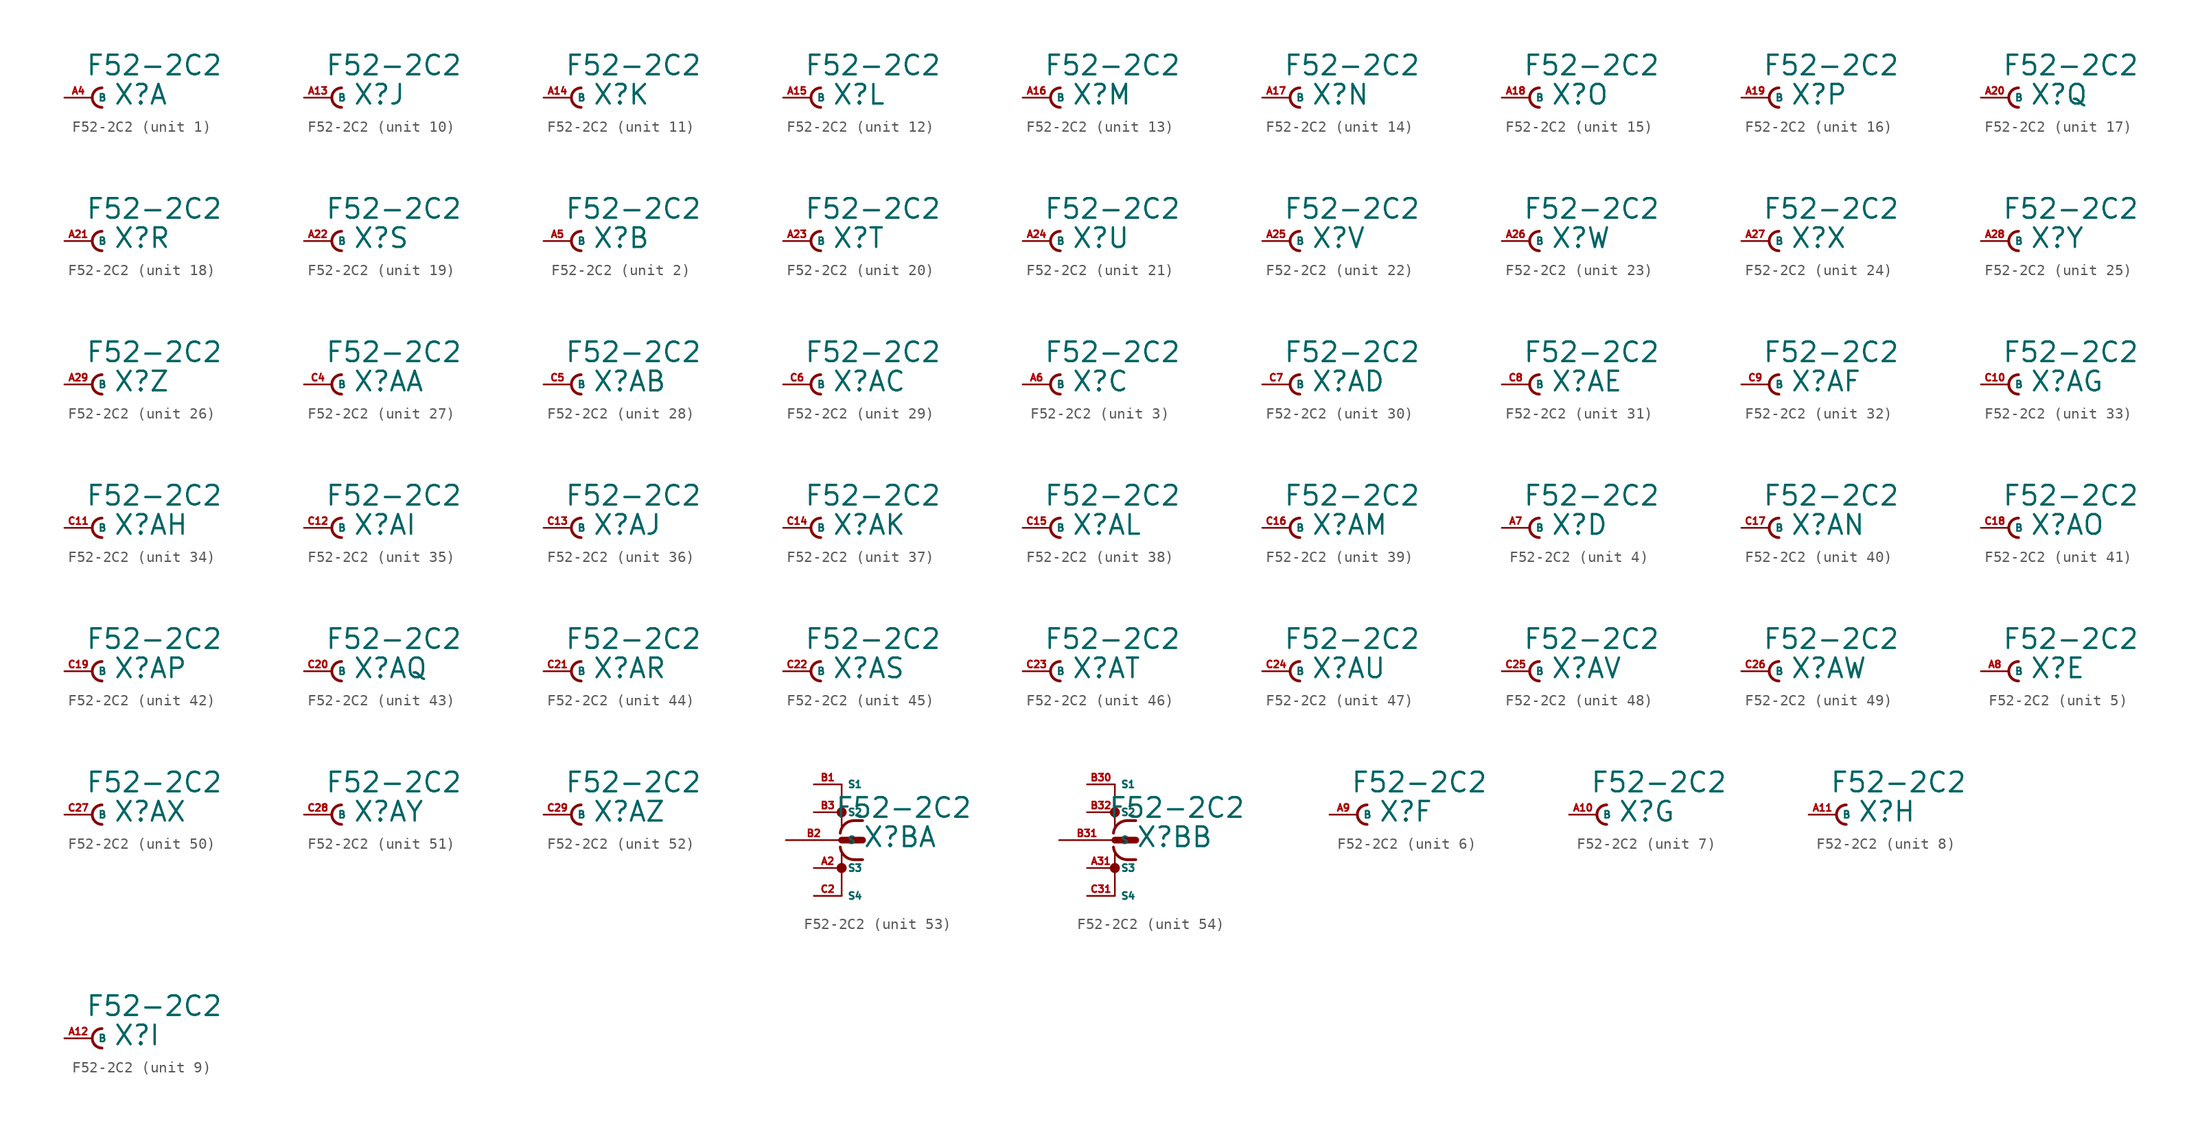
<source format=kicad_sym>
(kicad_symbol_lib
  (version 20220914)
  (generator Eagle2Kicad)
  (symbol "F52-2C2"
    (property "Reference" "X"
      (at 1.905 -0.762 0)
      (effects (font (size 1.778 1.778) (thickness 0.22)) (justify left bottom)))
    (property "Value" "F52-2C2"
      (at -0.635 1.905 0)
      (effects (font (size 1.778 1.778) (thickness 0.22)) (justify left bottom)))
    (symbol "F52-2C2_1_0"
      (arc (start 0.889 0.889) (mid 0.000 0.000) (end 0.889 -0.889) (stroke (width 0.254) (type default)) (fill (type none)))
      (pin passive line (at -2.54 0 0) (length 2.54) (name "B" (effects (font (size 0.635 0.635) (thickness 0.08)) (justify left bottom))) (number "A4" (effects (font (size 0.635 0.635) (thickness 0.08)) (justify left bottom)))))
    (symbol "F52-2C2_2_0"
      (arc (start 0.889 0.889) (mid 0.000 0.000) (end 0.889 -0.889) (stroke (width 0.254) (type default)) (fill (type none)))
      (pin passive line (at -2.54 0 0) (length 2.54) (name "B" (effects (font (size 0.635 0.635) (thickness 0.08)) (justify left bottom))) (number "A5" (effects (font (size 0.635 0.635) (thickness 0.08)) (justify left bottom)))))
    (symbol "F52-2C2_3_0"
      (arc (start 0.889 0.889) (mid 0.000 0.000) (end 0.889 -0.889) (stroke (width 0.254) (type default)) (fill (type none)))
      (pin passive line (at -2.54 0 0) (length 2.54) (name "B" (effects (font (size 0.635 0.635) (thickness 0.08)) (justify left bottom))) (number "A6" (effects (font (size 0.635 0.635) (thickness 0.08)) (justify left bottom)))))
    (symbol "F52-2C2_4_0"
      (arc (start 0.889 0.889) (mid 0.000 0.000) (end 0.889 -0.889) (stroke (width 0.254) (type default)) (fill (type none)))
      (pin passive line (at -2.54 0 0) (length 2.54) (name "B" (effects (font (size 0.635 0.635) (thickness 0.08)) (justify left bottom))) (number "A7" (effects (font (size 0.635 0.635) (thickness 0.08)) (justify left bottom)))))
    (symbol "F52-2C2_5_0"
      (arc (start 0.889 0.889) (mid 0.000 0.000) (end 0.889 -0.889) (stroke (width 0.254) (type default)) (fill (type none)))
      (pin passive line (at -2.54 0 0) (length 2.54) (name "B" (effects (font (size 0.635 0.635) (thickness 0.08)) (justify left bottom))) (number "A8" (effects (font (size 0.635 0.635) (thickness 0.08)) (justify left bottom)))))
    (symbol "F52-2C2_6_0"
      (arc (start 0.889 0.889) (mid 0.000 0.000) (end 0.889 -0.889) (stroke (width 0.254) (type default)) (fill (type none)))
      (pin passive line (at -2.54 0 0) (length 2.54) (name "B" (effects (font (size 0.635 0.635) (thickness 0.08)) (justify left bottom))) (number "A9" (effects (font (size 0.635 0.635) (thickness 0.08)) (justify left bottom)))))
    (symbol "F52-2C2_7_0"
      (arc (start 0.889 0.889) (mid 0.000 0.000) (end 0.889 -0.889) (stroke (width 0.254) (type default)) (fill (type none)))
      (pin passive line (at -2.54 0 0) (length 2.54) (name "B" (effects (font (size 0.635 0.635) (thickness 0.08)) (justify left bottom))) (number "A10" (effects (font (size 0.635 0.635) (thickness 0.08)) (justify left bottom)))))
    (symbol "F52-2C2_8_0"
      (arc (start 0.889 0.889) (mid 0.000 0.000) (end 0.889 -0.889) (stroke (width 0.254) (type default)) (fill (type none)))
      (pin passive line (at -2.54 0 0) (length 2.54) (name "B" (effects (font (size 0.635 0.635) (thickness 0.08)) (justify left bottom))) (number "A11" (effects (font (size 0.635 0.635) (thickness 0.08)) (justify left bottom)))))
    (symbol "F52-2C2_9_0"
      (arc (start 0.889 0.889) (mid 0.000 0.000) (end 0.889 -0.889) (stroke (width 0.254) (type default)) (fill (type none)))
      (pin passive line (at -2.54 0 0) (length 2.54) (name "B" (effects (font (size 0.635 0.635) (thickness 0.08)) (justify left bottom))) (number "A12" (effects (font (size 0.635 0.635) (thickness 0.08)) (justify left bottom)))))
    (symbol "F52-2C2_10_0"
      (arc (start 0.889 0.889) (mid 0.000 0.000) (end 0.889 -0.889) (stroke (width 0.254) (type default)) (fill (type none)))
      (pin passive line (at -2.54 0 0) (length 2.54) (name "B" (effects (font (size 0.635 0.635) (thickness 0.08)) (justify left bottom))) (number "A13" (effects (font (size 0.635 0.635) (thickness 0.08)) (justify left bottom)))))
    (symbol "F52-2C2_11_0"
      (arc (start 0.889 0.889) (mid 0.000 0.000) (end 0.889 -0.889) (stroke (width 0.254) (type default)) (fill (type none)))
      (pin passive line (at -2.54 0 0) (length 2.54) (name "B" (effects (font (size 0.635 0.635) (thickness 0.08)) (justify left bottom))) (number "A14" (effects (font (size 0.635 0.635) (thickness 0.08)) (justify left bottom)))))
    (symbol "F52-2C2_12_0"
      (arc (start 0.889 0.889) (mid 0.000 0.000) (end 0.889 -0.889) (stroke (width 0.254) (type default)) (fill (type none)))
      (pin passive line (at -2.54 0 0) (length 2.54) (name "B" (effects (font (size 0.635 0.635) (thickness 0.08)) (justify left bottom))) (number "A15" (effects (font (size 0.635 0.635) (thickness 0.08)) (justify left bottom)))))
    (symbol "F52-2C2_13_0"
      (arc (start 0.889 0.889) (mid 0.000 0.000) (end 0.889 -0.889) (stroke (width 0.254) (type default)) (fill (type none)))
      (pin passive line (at -2.54 0 0) (length 2.54) (name "B" (effects (font (size 0.635 0.635) (thickness 0.08)) (justify left bottom))) (number "A16" (effects (font (size 0.635 0.635) (thickness 0.08)) (justify left bottom)))))
    (symbol "F52-2C2_14_0"
      (arc (start 0.889 0.889) (mid 0.000 0.000) (end 0.889 -0.889) (stroke (width 0.254) (type default)) (fill (type none)))
      (pin passive line (at -2.54 0 0) (length 2.54) (name "B" (effects (font (size 0.635 0.635) (thickness 0.08)) (justify left bottom))) (number "A17" (effects (font (size 0.635 0.635) (thickness 0.08)) (justify left bottom)))))
    (symbol "F52-2C2_15_0"
      (arc (start 0.889 0.889) (mid 0.000 0.000) (end 0.889 -0.889) (stroke (width 0.254) (type default)) (fill (type none)))
      (pin passive line (at -2.54 0 0) (length 2.54) (name "B" (effects (font (size 0.635 0.635) (thickness 0.08)) (justify left bottom))) (number "A18" (effects (font (size 0.635 0.635) (thickness 0.08)) (justify left bottom)))))
    (symbol "F52-2C2_16_0"
      (arc (start 0.889 0.889) (mid 0.000 0.000) (end 0.889 -0.889) (stroke (width 0.254) (type default)) (fill (type none)))
      (pin passive line (at -2.54 0 0) (length 2.54) (name "B" (effects (font (size 0.635 0.635) (thickness 0.08)) (justify left bottom))) (number "A19" (effects (font (size 0.635 0.635) (thickness 0.08)) (justify left bottom)))))
    (symbol "F52-2C2_17_0"
      (arc (start 0.889 0.889) (mid 0.000 0.000) (end 0.889 -0.889) (stroke (width 0.254) (type default)) (fill (type none)))
      (pin passive line (at -2.54 0 0) (length 2.54) (name "B" (effects (font (size 0.635 0.635) (thickness 0.08)) (justify left bottom))) (number "A20" (effects (font (size 0.635 0.635) (thickness 0.08)) (justify left bottom)))))
    (symbol "F52-2C2_18_0"
      (arc (start 0.889 0.889) (mid 0.000 0.000) (end 0.889 -0.889) (stroke (width 0.254) (type default)) (fill (type none)))
      (pin passive line (at -2.54 0 0) (length 2.54) (name "B" (effects (font (size 0.635 0.635) (thickness 0.08)) (justify left bottom))) (number "A21" (effects (font (size 0.635 0.635) (thickness 0.08)) (justify left bottom)))))
    (symbol "F52-2C2_19_0"
      (arc (start 0.889 0.889) (mid 0.000 0.000) (end 0.889 -0.889) (stroke (width 0.254) (type default)) (fill (type none)))
      (pin passive line (at -2.54 0 0) (length 2.54) (name "B" (effects (font (size 0.635 0.635) (thickness 0.08)) (justify left bottom))) (number "A22" (effects (font (size 0.635 0.635) (thickness 0.08)) (justify left bottom)))))
    (symbol "F52-2C2_20_0"
      (arc (start 0.889 0.889) (mid 0.000 0.000) (end 0.889 -0.889) (stroke (width 0.254) (type default)) (fill (type none)))
      (pin passive line (at -2.54 0 0) (length 2.54) (name "B" (effects (font (size 0.635 0.635) (thickness 0.08)) (justify left bottom))) (number "A23" (effects (font (size 0.635 0.635) (thickness 0.08)) (justify left bottom)))))
    (symbol "F52-2C2_21_0"
      (arc (start 0.889 0.889) (mid 0.000 0.000) (end 0.889 -0.889) (stroke (width 0.254) (type default)) (fill (type none)))
      (pin passive line (at -2.54 0 0) (length 2.54) (name "B" (effects (font (size 0.635 0.635) (thickness 0.08)) (justify left bottom))) (number "A24" (effects (font (size 0.635 0.635) (thickness 0.08)) (justify left bottom)))))
    (symbol "F52-2C2_22_0"
      (arc (start 0.889 0.889) (mid 0.000 0.000) (end 0.889 -0.889) (stroke (width 0.254) (type default)) (fill (type none)))
      (pin passive line (at -2.54 0 0) (length 2.54) (name "B" (effects (font (size 0.635 0.635) (thickness 0.08)) (justify left bottom))) (number "A25" (effects (font (size 0.635 0.635) (thickness 0.08)) (justify left bottom)))))
    (symbol "F52-2C2_23_0"
      (arc (start 0.889 0.889) (mid 0.000 0.000) (end 0.889 -0.889) (stroke (width 0.254) (type default)) (fill (type none)))
      (pin passive line (at -2.54 0 0) (length 2.54) (name "B" (effects (font (size 0.635 0.635) (thickness 0.08)) (justify left bottom))) (number "A26" (effects (font (size 0.635 0.635) (thickness 0.08)) (justify left bottom)))))
    (symbol "F52-2C2_24_0"
      (arc (start 0.889 0.889) (mid 0.000 0.000) (end 0.889 -0.889) (stroke (width 0.254) (type default)) (fill (type none)))
      (pin passive line (at -2.54 0 0) (length 2.54) (name "B" (effects (font (size 0.635 0.635) (thickness 0.08)) (justify left bottom))) (number "A27" (effects (font (size 0.635 0.635) (thickness 0.08)) (justify left bottom)))))
    (symbol "F52-2C2_25_0"
      (arc (start 0.889 0.889) (mid 0.000 0.000) (end 0.889 -0.889) (stroke (width 0.254) (type default)) (fill (type none)))
      (pin passive line (at -2.54 0 0) (length 2.54) (name "B" (effects (font (size 0.635 0.635) (thickness 0.08)) (justify left bottom))) (number "A28" (effects (font (size 0.635 0.635) (thickness 0.08)) (justify left bottom)))))
    (symbol "F52-2C2_26_0"
      (arc (start 0.889 0.889) (mid 0.000 0.000) (end 0.889 -0.889) (stroke (width 0.254) (type default)) (fill (type none)))
      (pin passive line (at -2.54 0 0) (length 2.54) (name "B" (effects (font (size 0.635 0.635) (thickness 0.08)) (justify left bottom))) (number "A29" (effects (font (size 0.635 0.635) (thickness 0.08)) (justify left bottom)))))
    (symbol "F52-2C2_27_0"
      (arc (start 0.889 0.889) (mid 0.000 0.000) (end 0.889 -0.889) (stroke (width 0.254) (type default)) (fill (type none)))
      (pin passive line (at -2.54 0 0) (length 2.54) (name "B" (effects (font (size 0.635 0.635) (thickness 0.08)) (justify left bottom))) (number "C4" (effects (font (size 0.635 0.635) (thickness 0.08)) (justify left bottom)))))
    (symbol "F52-2C2_28_0"
      (arc (start 0.889 0.889) (mid 0.000 0.000) (end 0.889 -0.889) (stroke (width 0.254) (type default)) (fill (type none)))
      (pin passive line (at -2.54 0 0) (length 2.54) (name "B" (effects (font (size 0.635 0.635) (thickness 0.08)) (justify left bottom))) (number "C5" (effects (font (size 0.635 0.635) (thickness 0.08)) (justify left bottom)))))
    (symbol "F52-2C2_29_0"
      (arc (start 0.889 0.889) (mid 0.000 0.000) (end 0.889 -0.889) (stroke (width 0.254) (type default)) (fill (type none)))
      (pin passive line (at -2.54 0 0) (length 2.54) (name "B" (effects (font (size 0.635 0.635) (thickness 0.08)) (justify left bottom))) (number "C6" (effects (font (size 0.635 0.635) (thickness 0.08)) (justify left bottom)))))
    (symbol "F52-2C2_30_0"
      (arc (start 0.889 0.889) (mid 0.000 0.000) (end 0.889 -0.889) (stroke (width 0.254) (type default)) (fill (type none)))
      (pin passive line (at -2.54 0 0) (length 2.54) (name "B" (effects (font (size 0.635 0.635) (thickness 0.08)) (justify left bottom))) (number "C7" (effects (font (size 0.635 0.635) (thickness 0.08)) (justify left bottom)))))
    (symbol "F52-2C2_31_0"
      (arc (start 0.889 0.889) (mid 0.000 0.000) (end 0.889 -0.889) (stroke (width 0.254) (type default)) (fill (type none)))
      (pin passive line (at -2.54 0 0) (length 2.54) (name "B" (effects (font (size 0.635 0.635) (thickness 0.08)) (justify left bottom))) (number "C8" (effects (font (size 0.635 0.635) (thickness 0.08)) (justify left bottom)))))
    (symbol "F52-2C2_32_0"
      (arc (start 0.889 0.889) (mid 0.000 0.000) (end 0.889 -0.889) (stroke (width 0.254) (type default)) (fill (type none)))
      (pin passive line (at -2.54 0 0) (length 2.54) (name "B" (effects (font (size 0.635 0.635) (thickness 0.08)) (justify left bottom))) (number "C9" (effects (font (size 0.635 0.635) (thickness 0.08)) (justify left bottom)))))
    (symbol "F52-2C2_33_0"
      (arc (start 0.889 0.889) (mid 0.000 0.000) (end 0.889 -0.889) (stroke (width 0.254) (type default)) (fill (type none)))
      (pin passive line (at -2.54 0 0) (length 2.54) (name "B" (effects (font (size 0.635 0.635) (thickness 0.08)) (justify left bottom))) (number "C10" (effects (font (size 0.635 0.635) (thickness 0.08)) (justify left bottom)))))
    (symbol "F52-2C2_34_0"
      (arc (start 0.889 0.889) (mid 0.000 0.000) (end 0.889 -0.889) (stroke (width 0.254) (type default)) (fill (type none)))
      (pin passive line (at -2.54 0 0) (length 2.54) (name "B" (effects (font (size 0.635 0.635) (thickness 0.08)) (justify left bottom))) (number "C11" (effects (font (size 0.635 0.635) (thickness 0.08)) (justify left bottom)))))
    (symbol "F52-2C2_35_0"
      (arc (start 0.889 0.889) (mid 0.000 0.000) (end 0.889 -0.889) (stroke (width 0.254) (type default)) (fill (type none)))
      (pin passive line (at -2.54 0 0) (length 2.54) (name "B" (effects (font (size 0.635 0.635) (thickness 0.08)) (justify left bottom))) (number "C12" (effects (font (size 0.635 0.635) (thickness 0.08)) (justify left bottom)))))
    (symbol "F52-2C2_36_0"
      (arc (start 0.889 0.889) (mid 0.000 0.000) (end 0.889 -0.889) (stroke (width 0.254) (type default)) (fill (type none)))
      (pin passive line (at -2.54 0 0) (length 2.54) (name "B" (effects (font (size 0.635 0.635) (thickness 0.08)) (justify left bottom))) (number "C13" (effects (font (size 0.635 0.635) (thickness 0.08)) (justify left bottom)))))
    (symbol "F52-2C2_37_0"
      (arc (start 0.889 0.889) (mid 0.000 0.000) (end 0.889 -0.889) (stroke (width 0.254) (type default)) (fill (type none)))
      (pin passive line (at -2.54 0 0) (length 2.54) (name "B" (effects (font (size 0.635 0.635) (thickness 0.08)) (justify left bottom))) (number "C14" (effects (font (size 0.635 0.635) (thickness 0.08)) (justify left bottom)))))
    (symbol "F52-2C2_38_0"
      (arc (start 0.889 0.889) (mid 0.000 0.000) (end 0.889 -0.889) (stroke (width 0.254) (type default)) (fill (type none)))
      (pin passive line (at -2.54 0 0) (length 2.54) (name "B" (effects (font (size 0.635 0.635) (thickness 0.08)) (justify left bottom))) (number "C15" (effects (font (size 0.635 0.635) (thickness 0.08)) (justify left bottom)))))
    (symbol "F52-2C2_39_0"
      (arc (start 0.889 0.889) (mid 0.000 0.000) (end 0.889 -0.889) (stroke (width 0.254) (type default)) (fill (type none)))
      (pin passive line (at -2.54 0 0) (length 2.54) (name "B" (effects (font (size 0.635 0.635) (thickness 0.08)) (justify left bottom))) (number "C16" (effects (font (size 0.635 0.635) (thickness 0.08)) (justify left bottom)))))
    (symbol "F52-2C2_40_0"
      (arc (start 0.889 0.889) (mid 0.000 0.000) (end 0.889 -0.889) (stroke (width 0.254) (type default)) (fill (type none)))
      (pin passive line (at -2.54 0 0) (length 2.54) (name "B" (effects (font (size 0.635 0.635) (thickness 0.08)) (justify left bottom))) (number "C17" (effects (font (size 0.635 0.635) (thickness 0.08)) (justify left bottom)))))
    (symbol "F52-2C2_41_0"
      (arc (start 0.889 0.889) (mid 0.000 0.000) (end 0.889 -0.889) (stroke (width 0.254) (type default)) (fill (type none)))
      (pin passive line (at -2.54 0 0) (length 2.54) (name "B" (effects (font (size 0.635 0.635) (thickness 0.08)) (justify left bottom))) (number "C18" (effects (font (size 0.635 0.635) (thickness 0.08)) (justify left bottom)))))
    (symbol "F52-2C2_42_0"
      (arc (start 0.889 0.889) (mid 0.000 0.000) (end 0.889 -0.889) (stroke (width 0.254) (type default)) (fill (type none)))
      (pin passive line (at -2.54 0 0) (length 2.54) (name "B" (effects (font (size 0.635 0.635) (thickness 0.08)) (justify left bottom))) (number "C19" (effects (font (size 0.635 0.635) (thickness 0.08)) (justify left bottom)))))
    (symbol "F52-2C2_43_0"
      (arc (start 0.889 0.889) (mid 0.000 0.000) (end 0.889 -0.889) (stroke (width 0.254) (type default)) (fill (type none)))
      (pin passive line (at -2.54 0 0) (length 2.54) (name "B" (effects (font (size 0.635 0.635) (thickness 0.08)) (justify left bottom))) (number "C20" (effects (font (size 0.635 0.635) (thickness 0.08)) (justify left bottom)))))
    (symbol "F52-2C2_44_0"
      (arc (start 0.889 0.889) (mid 0.000 0.000) (end 0.889 -0.889) (stroke (width 0.254) (type default)) (fill (type none)))
      (pin passive line (at -2.54 0 0) (length 2.54) (name "B" (effects (font (size 0.635 0.635) (thickness 0.08)) (justify left bottom))) (number "C21" (effects (font (size 0.635 0.635) (thickness 0.08)) (justify left bottom)))))
    (symbol "F52-2C2_45_0"
      (arc (start 0.889 0.889) (mid 0.000 0.000) (end 0.889 -0.889) (stroke (width 0.254) (type default)) (fill (type none)))
      (pin passive line (at -2.54 0 0) (length 2.54) (name "B" (effects (font (size 0.635 0.635) (thickness 0.08)) (justify left bottom))) (number "C22" (effects (font (size 0.635 0.635) (thickness 0.08)) (justify left bottom)))))
    (symbol "F52-2C2_46_0"
      (arc (start 0.889 0.889) (mid 0.000 0.000) (end 0.889 -0.889) (stroke (width 0.254) (type default)) (fill (type none)))
      (pin passive line (at -2.54 0 0) (length 2.54) (name "B" (effects (font (size 0.635 0.635) (thickness 0.08)) (justify left bottom))) (number "C23" (effects (font (size 0.635 0.635) (thickness 0.08)) (justify left bottom)))))
    (symbol "F52-2C2_47_0"
      (arc (start 0.889 0.889) (mid 0.000 0.000) (end 0.889 -0.889) (stroke (width 0.254) (type default)) (fill (type none)))
      (pin passive line (at -2.54 0 0) (length 2.54) (name "B" (effects (font (size 0.635 0.635) (thickness 0.08)) (justify left bottom))) (number "C24" (effects (font (size 0.635 0.635) (thickness 0.08)) (justify left bottom)))))
    (symbol "F52-2C2_48_0"
      (arc (start 0.889 0.889) (mid 0.000 0.000) (end 0.889 -0.889) (stroke (width 0.254) (type default)) (fill (type none)))
      (pin passive line (at -2.54 0 0) (length 2.54) (name "B" (effects (font (size 0.635 0.635) (thickness 0.08)) (justify left bottom))) (number "C25" (effects (font (size 0.635 0.635) (thickness 0.08)) (justify left bottom)))))
    (symbol "F52-2C2_49_0"
      (arc (start 0.889 0.889) (mid 0.000 0.000) (end 0.889 -0.889) (stroke (width 0.254) (type default)) (fill (type none)))
      (pin passive line (at -2.54 0 0) (length 2.54) (name "B" (effects (font (size 0.635 0.635) (thickness 0.08)) (justify left bottom))) (number "C26" (effects (font (size 0.635 0.635) (thickness 0.08)) (justify left bottom)))))
    (symbol "F52-2C2_50_0"
      (arc (start 0.889 0.889) (mid 0.000 0.000) (end 0.889 -0.889) (stroke (width 0.254) (type default)) (fill (type none)))
      (pin passive line (at -2.54 0 0) (length 2.54) (name "B" (effects (font (size 0.635 0.635) (thickness 0.08)) (justify left bottom))) (number "C27" (effects (font (size 0.635 0.635) (thickness 0.08)) (justify left bottom)))))
    (symbol "F52-2C2_51_0"
      (arc (start 0.889 0.889) (mid 0.000 0.000) (end 0.889 -0.889) (stroke (width 0.254) (type default)) (fill (type none)))
      (pin passive line (at -2.54 0 0) (length 2.54) (name "B" (effects (font (size 0.635 0.635) (thickness 0.08)) (justify left bottom))) (number "C28" (effects (font (size 0.635 0.635) (thickness 0.08)) (justify left bottom)))))
    (symbol "F52-2C2_52_0"
      (arc (start 0.889 0.889) (mid 0.000 0.000) (end 0.889 -0.889) (stroke (width 0.254) (type default)) (fill (type none)))
      (pin passive line (at -2.54 0 0) (length 2.54) (name "B" (effects (font (size 0.635 0.635) (thickness 0.08)) (justify left bottom))) (number "C29" (effects (font (size 0.635 0.635) (thickness 0.08)) (justify left bottom)))))
    (symbol "F52-2C2_53_0"
      (polyline (pts (xy 0 0) (xy 1.905 0)) (stroke (width 0.61) (type default)) (fill (type none)))
      (polyline (pts (xy 0 5.08) (xy 0 1.27)) (stroke (width 0.152) (type default)) (fill (type none)))
      (polyline (pts (xy 0 -5.08) (xy 0 -1.27)) (stroke (width 0.152) (type default)) (fill (type none)))
      (polyline (pts (xy 1.905 1.778) (xy 1.143 1.778)) (stroke (width 0.254) (type default)) (fill (type none)))
      (polyline (pts (xy 1.905 -1.778) (xy 1.143 -1.778)) (stroke (width 0.254) (type default)) (fill (type none)))
      (arc (start 1.143 1.778) (mid 0.287 1.452) (end -0.127 0.635) (stroke (width 0.254) (type default)) (fill (type none)))
      (arc (start -0.127 -0.635) (mid 0.287 -1.452) (end 1.143 -1.778) (stroke (width 0.254) (type default)) (fill (type none)))
      (circle (center 0 2.54) (radius 0.254) (stroke (width 0.406) (type default)) (fill (type none)))
      (circle (center 0 -2.54) (radius 0.254) (stroke (width 0.406) (type default)) (fill (type none)))
      (pin passive line (at -5.08 0 0) (length 5.08) (name "S" (effects (font (size 0.635 0.635) (thickness 0.08)) (justify left bottom))) (number "B2" (effects (font (size 0.635 0.635) (thickness 0.08)) (justify left bottom))))
      (pin passive line (at -2.54 5.08 0) (length 2.54) (name "S1" (effects (font (size 0.635 0.635) (thickness 0.08)) (justify left bottom))) (number "B1" (effects (font (size 0.635 0.635) (thickness 0.08)) (justify left bottom))))
      (pin passive line (at -2.54 2.54 0) (length 2.54) (name "S2" (effects (font (size 0.635 0.635) (thickness 0.08)) (justify left bottom))) (number "B3" (effects (font (size 0.635 0.635) (thickness 0.08)) (justify left bottom))))
      (pin passive line (at -2.54 -2.54 0) (length 2.54) (name "S3" (effects (font (size 0.635 0.635) (thickness 0.08)) (justify left bottom))) (number "A2" (effects (font (size 0.635 0.635) (thickness 0.08)) (justify left bottom))))
      (pin passive line (at -2.54 -5.08 0) (length 2.54) (name "S4" (effects (font (size 0.635 0.635) (thickness 0.08)) (justify left bottom))) (number "C2" (effects (font (size 0.635 0.635) (thickness 0.08)) (justify left bottom)))))
    (symbol "F52-2C2_54_0"
      (polyline (pts (xy 0 0) (xy 1.905 0)) (stroke (width 0.61) (type default)) (fill (type none)))
      (polyline (pts (xy 0 5.08) (xy 0 1.27)) (stroke (width 0.152) (type default)) (fill (type none)))
      (polyline (pts (xy 0 -5.08) (xy 0 -1.27)) (stroke (width 0.152) (type default)) (fill (type none)))
      (polyline (pts (xy 1.905 1.778) (xy 1.143 1.778)) (stroke (width 0.254) (type default)) (fill (type none)))
      (polyline (pts (xy 1.905 -1.778) (xy 1.143 -1.778)) (stroke (width 0.254) (type default)) (fill (type none)))
      (arc (start 1.143 1.778) (mid 0.287 1.452) (end -0.127 0.635) (stroke (width 0.254) (type default)) (fill (type none)))
      (arc (start -0.127 -0.635) (mid 0.287 -1.452) (end 1.143 -1.778) (stroke (width 0.254) (type default)) (fill (type none)))
      (circle (center 0 2.54) (radius 0.254) (stroke (width 0.406) (type default)) (fill (type none)))
      (circle (center 0 -2.54) (radius 0.254) (stroke (width 0.406) (type default)) (fill (type none)))
      (pin passive line (at -5.08 0 0) (length 5.08) (name "S" (effects (font (size 0.635 0.635) (thickness 0.08)) (justify left bottom))) (number "B31" (effects (font (size 0.635 0.635) (thickness 0.08)) (justify left bottom))))
      (pin passive line (at -2.54 5.08 0) (length 2.54) (name "S1" (effects (font (size 0.635 0.635) (thickness 0.08)) (justify left bottom))) (number "B30" (effects (font (size 0.635 0.635) (thickness 0.08)) (justify left bottom))))
      (pin passive line (at -2.54 2.54 0) (length 2.54) (name "S2" (effects (font (size 0.635 0.635) (thickness 0.08)) (justify left bottom))) (number "B32" (effects (font (size 0.635 0.635) (thickness 0.08)) (justify left bottom))))
      (pin passive line (at -2.54 -2.54 0) (length 2.54) (name "S3" (effects (font (size 0.635 0.635) (thickness 0.08)) (justify left bottom))) (number "A31" (effects (font (size 0.635 0.635) (thickness 0.08)) (justify left bottom))))
      (pin passive line (at -2.54 -5.08 0) (length 2.54) (name "S4" (effects (font (size 0.635 0.635) (thickness 0.08)) (justify left bottom))) (number "C31" (effects (font (size 0.635 0.635) (thickness 0.08)) (justify left bottom)))))))
</source>
